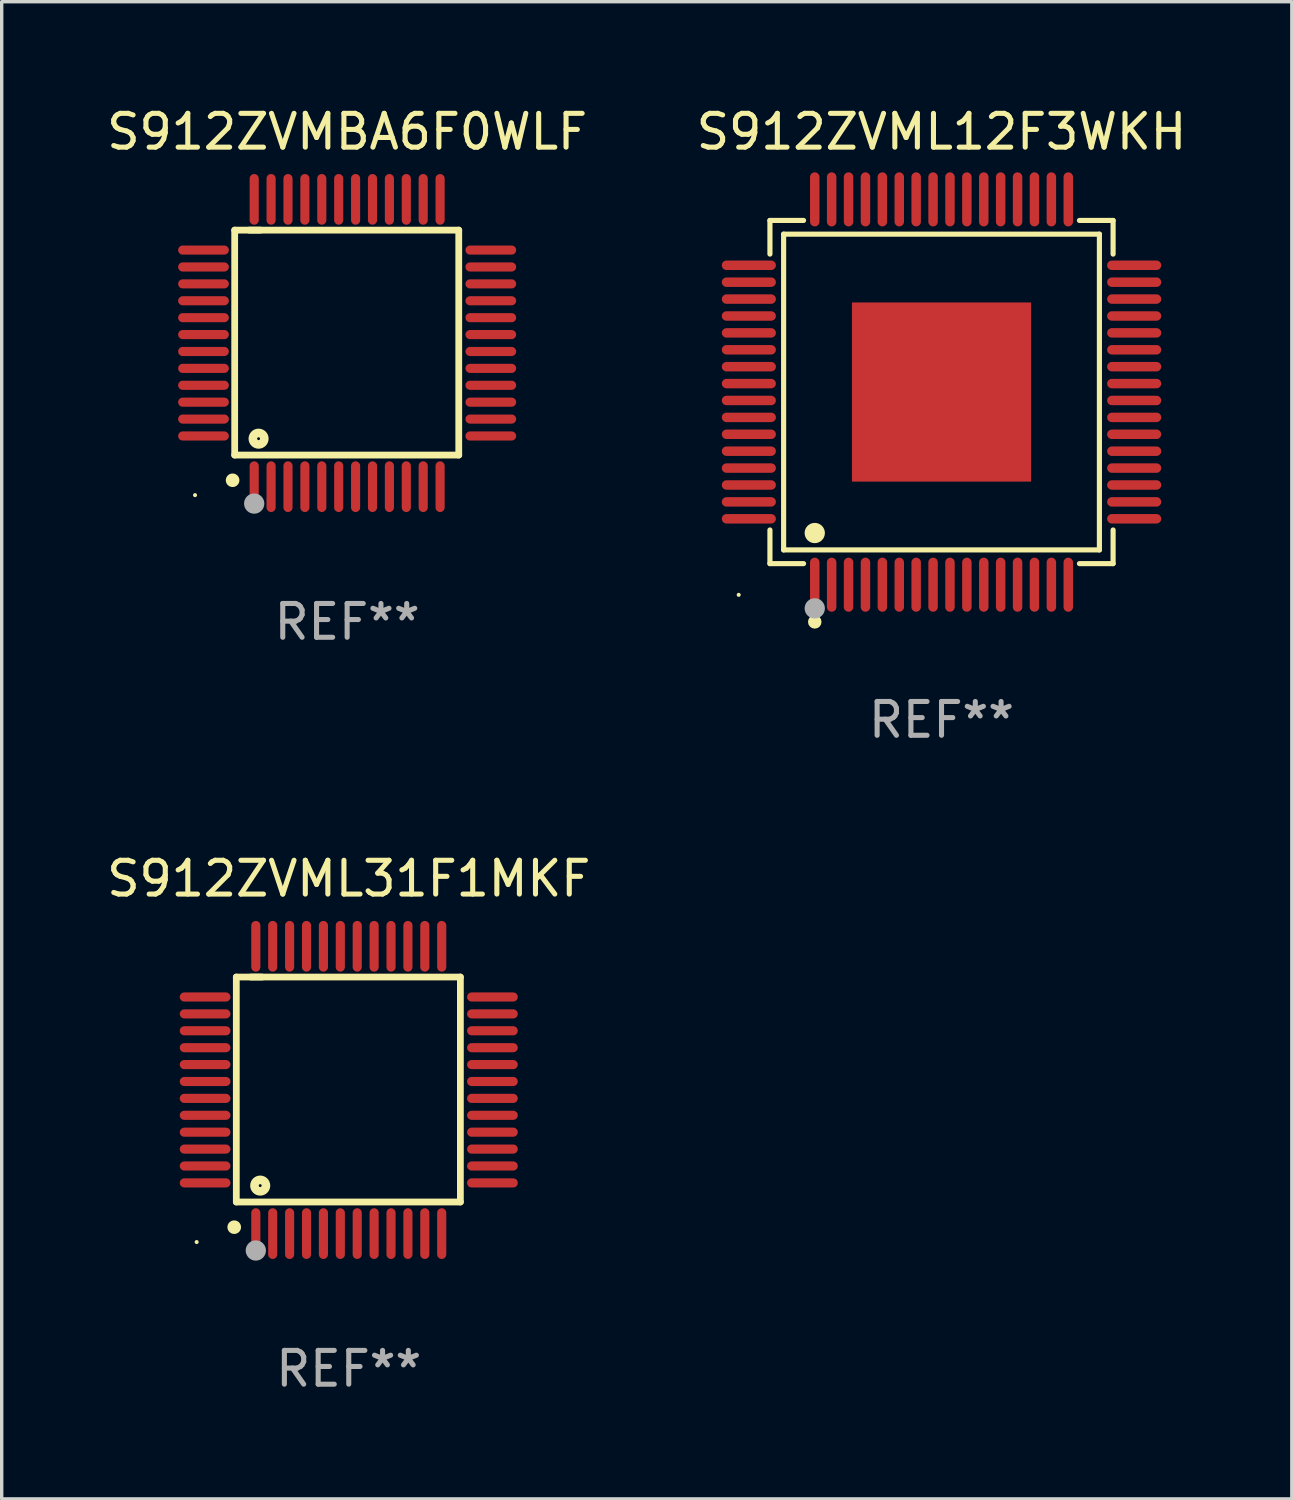
<source format=kicad_pcb>
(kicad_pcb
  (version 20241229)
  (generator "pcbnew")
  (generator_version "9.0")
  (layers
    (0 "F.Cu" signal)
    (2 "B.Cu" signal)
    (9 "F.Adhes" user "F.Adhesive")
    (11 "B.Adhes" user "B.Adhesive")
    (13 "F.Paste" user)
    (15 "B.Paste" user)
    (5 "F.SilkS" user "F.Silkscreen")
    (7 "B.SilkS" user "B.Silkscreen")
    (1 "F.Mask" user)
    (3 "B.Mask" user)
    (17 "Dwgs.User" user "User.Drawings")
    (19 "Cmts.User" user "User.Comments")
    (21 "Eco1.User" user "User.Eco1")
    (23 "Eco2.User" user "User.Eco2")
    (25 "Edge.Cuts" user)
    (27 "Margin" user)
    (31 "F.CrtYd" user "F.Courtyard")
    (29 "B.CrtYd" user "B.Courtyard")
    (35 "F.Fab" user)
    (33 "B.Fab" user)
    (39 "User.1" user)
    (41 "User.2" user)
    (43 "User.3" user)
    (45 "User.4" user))
  (footprint "S912ZVML12F3WKH"
    (layer "F.Cu")
    (at 24.804 8.548)
    (property "Reference" "S912ZVML12F3WKH" (at 0 -7.7 0) (layer "F.SilkS") (effects (font (size 1 1) (thickness 0.15))))
    (attr through_hole)
    (fp_line (start -5.076 -5.076) (end -4.081 -5.076) (stroke (width 0.152) (type solid)) (layer "F.SilkS"))
    (fp_line (start -5.076 -4.081) (end -5.076 -5.076) (stroke (width 0.152) (type solid)) (layer "F.SilkS"))
    (fp_line (start -5.076 4.081) (end -5.076 5.076) (stroke (width 0.152) (type solid)) (layer "F.SilkS"))
    (fp_line (start -5.076 5.076) (end -4.081 5.076) (stroke (width 0.152) (type solid)) (layer "F.SilkS"))
    (fp_line (start -4.671 -4.671) (end 4.671 -4.671) (stroke (width 0.152) (type solid)) (layer "F.SilkS"))
    (fp_line (start -4.671 4.671) (end -4.671 -4.671) (stroke (width 0.152) (type solid)) (layer "F.SilkS"))
    (fp_line (start 4.671 -4.671) (end 4.671 4.671) (stroke (width 0.152) (type solid)) (layer "F.SilkS"))
    (fp_line (start 4.671 4.671) (end -4.671 4.671) (stroke (width 0.152) (type solid)) (layer "F.SilkS"))
    (fp_line (start 5.076 -5.076) (end 4.081 -5.076) (stroke (width 0.152) (type solid)) (layer "F.SilkS"))
    (fp_line (start 5.076 -4.081) (end 5.076 -5.076) (stroke (width 0.152) (type solid)) (layer "F.SilkS"))
    (fp_line (start 5.076 4.081) (end 5.076 5.076) (stroke (width 0.152) (type solid)) (layer "F.SilkS"))
    (fp_line (start 5.076 5.076) (end 4.081 5.076) (stroke (width 0.152) (type solid)) (layer "F.SilkS"))
    (fp_circle (center -6 6) (end -5.97 6) (stroke (width 0.06) (type solid)) (fill no) (layer "F.SilkS"))
    (fp_circle (center -3.75 4.171) (end -3.6 4.171) (stroke (width 0.3) (type solid)) (fill no) (layer "F.SilkS"))
    (fp_circle (center -3.75 6.8) (end -3.65 6.8) (stroke (width 0.2) (type solid)) (fill no) (layer "F.SilkS"))
    (fp_circle (center -3.75 6.4) (end -3.6 6.4) (stroke (width 0.3) (type solid)) (fill no) (layer "F.Fab"))
    (fp_text user "REF**" (at 0 9.7 0) (layer "F.Fab") (effects (font (size 1 1) (thickness 0.15))))
    (pad "1" smd oval (at -3.75 5.7) (size 0.28 1.6) (layers "F.Cu" "F.Mask" "F.Paste"))
    (pad "2" smd oval (at -3.25 5.7) (size 0.28 1.6) (layers "F.Cu" "F.Mask" "F.Paste"))
    (pad "3" smd oval (at -2.75 5.7) (size 0.28 1.6) (layers "F.Cu" "F.Mask" "F.Paste"))
    (pad "4" smd oval (at -2.25 5.7) (size 0.28 1.6) (layers "F.Cu" "F.Mask" "F.Paste"))
    (pad "5" smd oval (at -1.75 5.7) (size 0.28 1.6) (layers "F.Cu" "F.Mask" "F.Paste"))
    (pad "6" smd oval (at -1.25 5.7) (size 0.28 1.6) (layers "F.Cu" "F.Mask" "F.Paste"))
    (pad "7" smd oval (at -0.75 5.7) (size 0.28 1.6) (layers "F.Cu" "F.Mask" "F.Paste"))
    (pad "8" smd oval (at -0.25 5.7) (size 0.28 1.6) (layers "F.Cu" "F.Mask" "F.Paste"))
    (pad "9" smd oval (at 0.25 5.7) (size 0.28 1.6) (layers "F.Cu" "F.Mask" "F.Paste"))
    (pad "10" smd oval (at 0.75 5.7) (size 0.28 1.6) (layers "F.Cu" "F.Mask" "F.Paste"))
    (pad "11" smd oval (at 1.25 5.7) (size 0.28 1.6) (layers "F.Cu" "F.Mask" "F.Paste"))
    (pad "12" smd oval (at 1.75 5.7) (size 0.28 1.6) (layers "F.Cu" "F.Mask" "F.Paste"))
    (pad "13" smd oval (at 2.25 5.7) (size 0.28 1.6) (layers "F.Cu" "F.Mask" "F.Paste"))
    (pad "14" smd oval (at 2.75 5.7) (size 0.28 1.6) (layers "F.Cu" "F.Mask" "F.Paste"))
    (pad "15" smd oval (at 3.25 5.7) (size 0.28 1.6) (layers "F.Cu" "F.Mask" "F.Paste"))
    (pad "16" smd oval (at 3.75 5.7) (size 0.28 1.6) (layers "F.Cu" "F.Mask" "F.Paste"))
    (pad "17" smd oval (at 5.7 3.75) (size 1.6 0.28) (layers "F.Cu" "F.Mask" "F.Paste"))
    (pad "18" smd oval (at 5.7 3.25) (size 1.6 0.28) (layers "F.Cu" "F.Mask" "F.Paste"))
    (pad "19" smd oval (at 5.7 2.75) (size 1.6 0.28) (layers "F.Cu" "F.Mask" "F.Paste"))
    (pad "20" smd oval (at 5.7 2.25) (size 1.6 0.28) (layers "F.Cu" "F.Mask" "F.Paste"))
    (pad "21" smd oval (at 5.7 1.75) (size 1.6 0.28) (layers "F.Cu" "F.Mask" "F.Paste"))
    (pad "22" smd oval (at 5.7 1.25) (size 1.6 0.28) (layers "F.Cu" "F.Mask" "F.Paste"))
    (pad "23" smd oval (at 5.7 0.75) (size 1.6 0.28) (layers "F.Cu" "F.Mask" "F.Paste"))
    (pad "24" smd oval (at 5.7 0.25) (size 1.6 0.28) (layers "F.Cu" "F.Mask" "F.Paste"))
    (pad "25" smd oval (at 5.7 -0.25) (size 1.6 0.28) (layers "F.Cu" "F.Mask" "F.Paste"))
    (pad "26" smd oval (at 5.7 -0.75) (size 1.6 0.28) (layers "F.Cu" "F.Mask" "F.Paste"))
    (pad "27" smd oval (at 5.7 -1.25) (size 1.6 0.28) (layers "F.Cu" "F.Mask" "F.Paste"))
    (pad "28" smd oval (at 5.7 -1.75) (size 1.6 0.28) (layers "F.Cu" "F.Mask" "F.Paste"))
    (pad "29" smd oval (at 5.7 -2.25) (size 1.6 0.28) (layers "F.Cu" "F.Mask" "F.Paste"))
    (pad "30" smd oval (at 5.7 -2.75) (size 1.6 0.28) (layers "F.Cu" "F.Mask" "F.Paste"))
    (pad "31" smd oval (at 5.7 -3.25) (size 1.6 0.28) (layers "F.Cu" "F.Mask" "F.Paste"))
    (pad "32" smd oval (at 5.7 -3.75) (size 1.6 0.28) (layers "F.Cu" "F.Mask" "F.Paste"))
    (pad "33" smd oval (at 3.75 -5.7) (size 0.28 1.6) (layers "F.Cu" "F.Mask" "F.Paste"))
    (pad "34" smd oval (at 3.25 -5.7) (size 0.28 1.6) (layers "F.Cu" "F.Mask" "F.Paste"))
    (pad "35" smd oval (at 2.75 -5.7) (size 0.28 1.6) (layers "F.Cu" "F.Mask" "F.Paste"))
    (pad "36" smd oval (at 2.25 -5.7) (size 0.28 1.6) (layers "F.Cu" "F.Mask" "F.Paste"))
    (pad "37" smd oval (at 1.75 -5.7) (size 0.28 1.6) (layers "F.Cu" "F.Mask" "F.Paste"))
    (pad "38" smd oval (at 1.25 -5.7) (size 0.28 1.6) (layers "F.Cu" "F.Mask" "F.Paste"))
    (pad "39" smd oval (at 0.75 -5.7) (size 0.28 1.6) (layers "F.Cu" "F.Mask" "F.Paste"))
    (pad "40" smd oval (at 0.25 -5.7) (size 0.28 1.6) (layers "F.Cu" "F.Mask" "F.Paste"))
    (pad "41" smd oval (at -0.25 -5.7) (size 0.28 1.6) (layers "F.Cu" "F.Mask" "F.Paste"))
    (pad "42" smd oval (at -0.75 -5.7) (size 0.28 1.6) (layers "F.Cu" "F.Mask" "F.Paste"))
    (pad "43" smd oval (at -1.25 -5.7) (size 0.28 1.6) (layers "F.Cu" "F.Mask" "F.Paste"))
    (pad "44" smd oval (at -1.75 -5.7) (size 0.28 1.6) (layers "F.Cu" "F.Mask" "F.Paste"))
    (pad "45" smd oval (at -2.25 -5.7) (size 0.28 1.6) (layers "F.Cu" "F.Mask" "F.Paste"))
    (pad "46" smd oval (at -2.75 -5.7) (size 0.28 1.6) (layers "F.Cu" "F.Mask" "F.Paste"))
    (pad "47" smd oval (at -3.25 -5.7) (size 0.28 1.6) (layers "F.Cu" "F.Mask" "F.Paste"))
    (pad "48" smd oval (at -3.75 -5.7) (size 0.28 1.6) (layers "F.Cu" "F.Mask" "F.Paste"))
    (pad "49" smd oval (at -5.7 -3.75) (size 1.6 0.28) (layers "F.Cu" "F.Mask" "F.Paste"))
    (pad "50" smd oval (at -5.7 -3.25) (size 1.6 0.28) (layers "F.Cu" "F.Mask" "F.Paste"))
    (pad "51" smd oval (at -5.7 -2.75) (size 1.6 0.28) (layers "F.Cu" "F.Mask" "F.Paste"))
    (pad "52" smd oval (at -5.7 -2.25) (size 1.6 0.28) (layers "F.Cu" "F.Mask" "F.Paste"))
    (pad "53" smd oval (at -5.7 -1.75) (size 1.6 0.28) (layers "F.Cu" "F.Mask" "F.Paste"))
    (pad "54" smd oval (at -5.7 -1.25) (size 1.6 0.28) (layers "F.Cu" "F.Mask" "F.Paste"))
    (pad "55" smd oval (at -5.7 -0.75) (size 1.6 0.28) (layers "F.Cu" "F.Mask" "F.Paste"))
    (pad "56" smd oval (at -5.7 -0.25) (size 1.6 0.28) (layers "F.Cu" "F.Mask" "F.Paste"))
    (pad "57" smd oval (at -5.7 0.25) (size 1.6 0.28) (layers "F.Cu" "F.Mask" "F.Paste"))
    (pad "58" smd oval (at -5.7 0.75) (size 1.6 0.28) (layers "F.Cu" "F.Mask" "F.Paste"))
    (pad "59" smd oval (at -5.7 1.25) (size 1.6 0.28) (layers "F.Cu" "F.Mask" "F.Paste"))
    (pad "60" smd oval (at -5.7 1.75) (size 1.6 0.28) (layers "F.Cu" "F.Mask" "F.Paste"))
    (pad "61" smd oval (at -5.7 2.25) (size 1.6 0.28) (layers "F.Cu" "F.Mask" "F.Paste"))
    (pad "62" smd oval (at -5.7 2.75) (size 1.6 0.28) (layers "F.Cu" "F.Mask" "F.Paste"))
    (pad "63" smd oval (at -5.7 3.25) (size 1.6 0.28) (layers "F.Cu" "F.Mask" "F.Paste"))
    (pad "64" smd oval (at -5.7 3.75) (size 1.6 0.28) (layers "F.Cu" "F.Mask" "F.Paste"))
    (pad "65" smd rect (at 0 0) (size 5.3 5.3) (layers "F.Cu" "F.Mask" "F.Paste")))
  (footprint "S912ZVML31F1MKF"
    (layer "F.Cu")
    (at 7.268 29.195)
    (property "Reference" "S912ZVML31F1MKF" (at 0 -6.25 0) (layer "F.SilkS") (effects (font (size 1 1) (thickness 0.15))))
    (attr through_hole)
    (fp_line (start -3.327 -3.34) (end -2.565 -3.34) (stroke (width 0.2) (type solid)) (layer "F.SilkS"))
    (fp_line (start -3.327 3.315) (end -3.327 -3.34) (stroke (width 0.2) (type solid)) (layer "F.SilkS"))
    (fp_line (start -2.896 -3.34) (end 3.302 -3.34) (stroke (width 0.2) (type solid)) (layer "F.SilkS"))
    (fp_line (start 3.302 -3.34) (end 3.302 3.315) (stroke (width 0.2) (type solid)) (layer "F.SilkS"))
    (fp_line (start 3.302 3.315) (end -3.327 3.315) (stroke (width 0.2) (type solid)) (layer "F.SilkS"))
    (fp_arc (start -3.389992 4.059995) (mid -3.388722 4.059991) (end -3.387452 4.059995) (stroke (width 0.4) (type solid)) (layer "F.SilkS"))
    (fp_circle (center -4.5 4.5) (end -4.47 4.5) (stroke (width 0.06) (type solid)) (fill no) (layer "F.SilkS"))
    (fp_circle (center -2.62 2.83) (end -2.45 2.83) (stroke (width 0.254) (type solid)) (fill no) (layer "F.SilkS"))
    (fp_circle (center -2.75 4.75) (end -2.6 4.75) (stroke (width 0.3) (type solid)) (fill no) (layer "F.Fab"))
    (fp_text user "REF**" (at 0 8.25 0) (layer "F.Fab") (effects (font (size 1 1) (thickness 0.15))))
    (pad "1" smd oval (at -2.75 4.25) (size 0.27 1.5) (layers "F.Cu" "F.Mask" "F.Paste"))
    (pad "2" smd oval (at -2.25 4.25) (size 0.27 1.5) (layers "F.Cu" "F.Mask" "F.Paste"))
    (pad "3" smd oval (at -1.75 4.25) (size 0.27 1.5) (layers "F.Cu" "F.Mask" "F.Paste"))
    (pad "4" smd oval (at -1.25 4.25) (size 0.27 1.5) (layers "F.Cu" "F.Mask" "F.Paste"))
    (pad "5" smd oval (at -0.75 4.25) (size 0.27 1.5) (layers "F.Cu" "F.Mask" "F.Paste"))
    (pad "6" smd oval (at -0.25 4.25) (size 0.27 1.5) (layers "F.Cu" "F.Mask" "F.Paste"))
    (pad "7" smd oval (at 0.25 4.25) (size 0.27 1.5) (layers "F.Cu" "F.Mask" "F.Paste"))
    (pad "8" smd oval (at 0.75 4.25) (size 0.27 1.5) (layers "F.Cu" "F.Mask" "F.Paste"))
    (pad "9" smd oval (at 1.25 4.25) (size 0.27 1.5) (layers "F.Cu" "F.Mask" "F.Paste"))
    (pad "10" smd oval (at 1.75 4.25) (size 0.27 1.5) (layers "F.Cu" "F.Mask" "F.Paste"))
    (pad "11" smd oval (at 2.25 4.25) (size 0.27 1.5) (layers "F.Cu" "F.Mask" "F.Paste"))
    (pad "12" smd oval (at 2.75 4.25) (size 0.27 1.5) (layers "F.Cu" "F.Mask" "F.Paste"))
    (pad "13" smd oval (at 4.25 2.75) (size 1.5 0.27) (layers "F.Cu" "F.Mask" "F.Paste"))
    (pad "14" smd oval (at 4.25 2.25) (size 1.5 0.27) (layers "F.Cu" "F.Mask" "F.Paste"))
    (pad "15" smd oval (at 4.25 1.75) (size 1.5 0.27) (layers "F.Cu" "F.Mask" "F.Paste"))
    (pad "16" smd oval (at 4.25 1.25) (size 1.5 0.27) (layers "F.Cu" "F.Mask" "F.Paste"))
    (pad "17" smd oval (at 4.25 0.75) (size 1.5 0.27) (layers "F.Cu" "F.Mask" "F.Paste"))
    (pad "18" smd oval (at 4.25 0.25) (size 1.5 0.27) (layers "F.Cu" "F.Mask" "F.Paste"))
    (pad "19" smd oval (at 4.25 -0.25) (size 1.5 0.27) (layers "F.Cu" "F.Mask" "F.Paste"))
    (pad "20" smd oval (at 4.25 -0.75) (size 1.5 0.27) (layers "F.Cu" "F.Mask" "F.Paste"))
    (pad "21" smd oval (at 4.25 -1.25) (size 1.5 0.27) (layers "F.Cu" "F.Mask" "F.Paste"))
    (pad "22" smd oval (at 4.25 -1.75) (size 1.5 0.27) (layers "F.Cu" "F.Mask" "F.Paste"))
    (pad "23" smd oval (at 4.25 -2.25) (size 1.5 0.27) (layers "F.Cu" "F.Mask" "F.Paste"))
    (pad "24" smd oval (at 4.25 -2.75) (size 1.5 0.27) (layers "F.Cu" "F.Mask" "F.Paste"))
    (pad "25" smd oval (at 2.75 -4.25) (size 0.27 1.5) (layers "F.Cu" "F.Mask" "F.Paste"))
    (pad "26" smd oval (at 2.25 -4.25) (size 0.27 1.5) (layers "F.Cu" "F.Mask" "F.Paste"))
    (pad "27" smd oval (at 1.75 -4.25) (size 0.27 1.5) (layers "F.Cu" "F.Mask" "F.Paste"))
    (pad "28" smd oval (at 1.25 -4.25) (size 0.27 1.5) (layers "F.Cu" "F.Mask" "F.Paste"))
    (pad "29" smd oval (at 0.75 -4.25) (size 0.27 1.5) (layers "F.Cu" "F.Mask" "F.Paste"))
    (pad "30" smd oval (at 0.25 -4.25) (size 0.27 1.5) (layers "F.Cu" "F.Mask" "F.Paste"))
    (pad "31" smd oval (at -0.25 -4.25) (size 0.27 1.5) (layers "F.Cu" "F.Mask" "F.Paste"))
    (pad "32" smd oval (at -0.75 -4.25) (size 0.27 1.5) (layers "F.Cu" "F.Mask" "F.Paste"))
    (pad "33" smd oval (at -1.25 -4.25) (size 0.27 1.5) (layers "F.Cu" "F.Mask" "F.Paste"))
    (pad "34" smd oval (at -1.75 -4.25) (size 0.27 1.5) (layers "F.Cu" "F.Mask" "F.Paste"))
    (pad "35" smd oval (at -2.25 -4.25) (size 0.27 1.5) (layers "F.Cu" "F.Mask" "F.Paste"))
    (pad "36" smd oval (at -2.75 -4.25) (size 0.27 1.5) (layers "F.Cu" "F.Mask" "F.Paste"))
    (pad "37" smd oval (at -4.25 -2.75) (size 1.5 0.27) (layers "F.Cu" "F.Mask" "F.Paste"))
    (pad "38" smd oval (at -4.25 -2.25) (size 1.5 0.27) (layers "F.Cu" "F.Mask" "F.Paste"))
    (pad "39" smd oval (at -4.25 -1.75) (size 1.5 0.27) (layers "F.Cu" "F.Mask" "F.Paste"))
    (pad "40" smd oval (at -4.25 -1.25) (size 1.5 0.27) (layers "F.Cu" "F.Mask" "F.Paste"))
    (pad "41" smd oval (at -4.25 -0.75) (size 1.5 0.27) (layers "F.Cu" "F.Mask" "F.Paste"))
    (pad "42" smd oval (at -4.25 -0.25) (size 1.5 0.27) (layers "F.Cu" "F.Mask" "F.Paste"))
    (pad "43" smd oval (at -4.25 0.25) (size 1.5 0.27) (layers "F.Cu" "F.Mask" "F.Paste"))
    (pad "44" smd oval (at -4.25 0.75) (size 1.5 0.27) (layers "F.Cu" "F.Mask" "F.Paste"))
    (pad "45" smd oval (at -4.25 1.25) (size 1.5 0.27) (layers "F.Cu" "F.Mask" "F.Paste"))
    (pad "46" smd oval (at -4.25 1.75) (size 1.5 0.27) (layers "F.Cu" "F.Mask" "F.Paste"))
    (pad "47" smd oval (at -4.25 2.25) (size 1.5 0.27) (layers "F.Cu" "F.Mask" "F.Paste"))
    (pad "48" smd oval (at -4.25 2.75) (size 1.5 0.27) (layers "F.Cu" "F.Mask" "F.Paste")))
  (footprint "S912ZVMBA6F0WLF"
    (layer "F.Cu")
    (at 7.22 7.098)
    (property "Reference" "S912ZVMBA6F0WLF" (at 0 -6.25 0) (layer "F.SilkS") (effects (font (size 1 1) (thickness 0.15))))
    (attr through_hole)
    (fp_line (start -3.327 -3.34) (end -2.565 -3.34) (stroke (width 0.2) (type solid)) (layer "F.SilkS"))
    (fp_line (start -3.327 3.315) (end -3.327 -3.34) (stroke (width 0.2) (type solid)) (layer "F.SilkS"))
    (fp_line (start -2.896 -3.34) (end 3.302 -3.34) (stroke (width 0.2) (type solid)) (layer "F.SilkS"))
    (fp_line (start 3.302 -3.34) (end 3.302 3.315) (stroke (width 0.2) (type solid)) (layer "F.SilkS"))
    (fp_line (start 3.302 3.315) (end -3.327 3.315) (stroke (width 0.2) (type solid)) (layer "F.SilkS"))
    (fp_arc (start -3.389992 4.059995) (mid -3.388722 4.059991) (end -3.387452 4.059995) (stroke (width 0.4) (type solid)) (layer "F.SilkS"))
    (fp_circle (center -4.5 4.5) (end -4.47 4.5) (stroke (width 0.06) (type solid)) (fill no) (layer "F.SilkS"))
    (fp_circle (center -2.62 2.83) (end -2.45 2.83) (stroke (width 0.254) (type solid)) (fill no) (layer "F.SilkS"))
    (fp_circle (center -2.75 4.75) (end -2.6 4.75) (stroke (width 0.3) (type solid)) (fill no) (layer "F.Fab"))
    (fp_text user "REF**" (at 0 8.25 0) (layer "F.Fab") (effects (font (size 1 1) (thickness 0.15))))
    (pad "1" smd oval (at -2.75 4.25) (size 0.27 1.5) (layers "F.Cu" "F.Mask" "F.Paste"))
    (pad "2" smd oval (at -2.25 4.25) (size 0.27 1.5) (layers "F.Cu" "F.Mask" "F.Paste"))
    (pad "3" smd oval (at -1.75 4.25) (size 0.27 1.5) (layers "F.Cu" "F.Mask" "F.Paste"))
    (pad "4" smd oval (at -1.25 4.25) (size 0.27 1.5) (layers "F.Cu" "F.Mask" "F.Paste"))
    (pad "5" smd oval (at -0.75 4.25) (size 0.27 1.5) (layers "F.Cu" "F.Mask" "F.Paste"))
    (pad "6" smd oval (at -0.25 4.25) (size 0.27 1.5) (layers "F.Cu" "F.Mask" "F.Paste"))
    (pad "7" smd oval (at 0.25 4.25) (size 0.27 1.5) (layers "F.Cu" "F.Mask" "F.Paste"))
    (pad "8" smd oval (at 0.75 4.25) (size 0.27 1.5) (layers "F.Cu" "F.Mask" "F.Paste"))
    (pad "9" smd oval (at 1.25 4.25) (size 0.27 1.5) (layers "F.Cu" "F.Mask" "F.Paste"))
    (pad "10" smd oval (at 1.75 4.25) (size 0.27 1.5) (layers "F.Cu" "F.Mask" "F.Paste"))
    (pad "11" smd oval (at 2.25 4.25) (size 0.27 1.5) (layers "F.Cu" "F.Mask" "F.Paste"))
    (pad "12" smd oval (at 2.75 4.25) (size 0.27 1.5) (layers "F.Cu" "F.Mask" "F.Paste"))
    (pad "13" smd oval (at 4.25 2.75) (size 1.5 0.27) (layers "F.Cu" "F.Mask" "F.Paste"))
    (pad "14" smd oval (at 4.25 2.25) (size 1.5 0.27) (layers "F.Cu" "F.Mask" "F.Paste"))
    (pad "15" smd oval (at 4.25 1.75) (size 1.5 0.27) (layers "F.Cu" "F.Mask" "F.Paste"))
    (pad "16" smd oval (at 4.25 1.25) (size 1.5 0.27) (layers "F.Cu" "F.Mask" "F.Paste"))
    (pad "17" smd oval (at 4.25 0.75) (size 1.5 0.27) (layers "F.Cu" "F.Mask" "F.Paste"))
    (pad "18" smd oval (at 4.25 0.25) (size 1.5 0.27) (layers "F.Cu" "F.Mask" "F.Paste"))
    (pad "19" smd oval (at 4.25 -0.25) (size 1.5 0.27) (layers "F.Cu" "F.Mask" "F.Paste"))
    (pad "20" smd oval (at 4.25 -0.75) (size 1.5 0.27) (layers "F.Cu" "F.Mask" "F.Paste"))
    (pad "21" smd oval (at 4.25 -1.25) (size 1.5 0.27) (layers "F.Cu" "F.Mask" "F.Paste"))
    (pad "22" smd oval (at 4.25 -1.75) (size 1.5 0.27) (layers "F.Cu" "F.Mask" "F.Paste"))
    (pad "23" smd oval (at 4.25 -2.25) (size 1.5 0.27) (layers "F.Cu" "F.Mask" "F.Paste"))
    (pad "24" smd oval (at 4.25 -2.75) (size 1.5 0.27) (layers "F.Cu" "F.Mask" "F.Paste"))
    (pad "25" smd oval (at 2.75 -4.25) (size 0.27 1.5) (layers "F.Cu" "F.Mask" "F.Paste"))
    (pad "26" smd oval (at 2.25 -4.25) (size 0.27 1.5) (layers "F.Cu" "F.Mask" "F.Paste"))
    (pad "27" smd oval (at 1.75 -4.25) (size 0.27 1.5) (layers "F.Cu" "F.Mask" "F.Paste"))
    (pad "28" smd oval (at 1.25 -4.25) (size 0.27 1.5) (layers "F.Cu" "F.Mask" "F.Paste"))
    (pad "29" smd oval (at 0.75 -4.25) (size 0.27 1.5) (layers "F.Cu" "F.Mask" "F.Paste"))
    (pad "30" smd oval (at 0.25 -4.25) (size 0.27 1.5) (layers "F.Cu" "F.Mask" "F.Paste"))
    (pad "31" smd oval (at -0.25 -4.25) (size 0.27 1.5) (layers "F.Cu" "F.Mask" "F.Paste"))
    (pad "32" smd oval (at -0.75 -4.25) (size 0.27 1.5) (layers "F.Cu" "F.Mask" "F.Paste"))
    (pad "33" smd oval (at -1.25 -4.25) (size 0.27 1.5) (layers "F.Cu" "F.Mask" "F.Paste"))
    (pad "34" smd oval (at -1.75 -4.25) (size 0.27 1.5) (layers "F.Cu" "F.Mask" "F.Paste"))
    (pad "35" smd oval (at -2.25 -4.25) (size 0.27 1.5) (layers "F.Cu" "F.Mask" "F.Paste"))
    (pad "36" smd oval (at -2.75 -4.25) (size 0.27 1.5) (layers "F.Cu" "F.Mask" "F.Paste"))
    (pad "37" smd oval (at -4.25 -2.75) (size 1.5 0.27) (layers "F.Cu" "F.Mask" "F.Paste"))
    (pad "38" smd oval (at -4.25 -2.25) (size 1.5 0.27) (layers "F.Cu" "F.Mask" "F.Paste"))
    (pad "39" smd oval (at -4.25 -1.75) (size 1.5 0.27) (layers "F.Cu" "F.Mask" "F.Paste"))
    (pad "40" smd oval (at -4.25 -1.25) (size 1.5 0.27) (layers "F.Cu" "F.Mask" "F.Paste"))
    (pad "41" smd oval (at -4.25 -0.75) (size 1.5 0.27) (layers "F.Cu" "F.Mask" "F.Paste"))
    (pad "42" smd oval (at -4.25 -0.25) (size 1.5 0.27) (layers "F.Cu" "F.Mask" "F.Paste"))
    (pad "43" smd oval (at -4.25 0.25) (size 1.5 0.27) (layers "F.Cu" "F.Mask" "F.Paste"))
    (pad "44" smd oval (at -4.25 0.75) (size 1.5 0.27) (layers "F.Cu" "F.Mask" "F.Paste"))
    (pad "45" smd oval (at -4.25 1.25) (size 1.5 0.27) (layers "F.Cu" "F.Mask" "F.Paste"))
    (pad "46" smd oval (at -4.25 1.75) (size 1.5 0.27) (layers "F.Cu" "F.Mask" "F.Paste"))
    (pad "47" smd oval (at -4.25 2.25) (size 1.5 0.27) (layers "F.Cu" "F.Mask" "F.Paste"))
    (pad "48" smd oval (at -4.25 2.75) (size 1.5 0.27) (layers "F.Cu" "F.Mask" "F.Paste")))
  (gr_rect
    (start -3 -3)
    (end 35.167 41.293)
    (stroke (width 0.1) (type default))
    (fill no)
    (layer "Edge.Cuts")))
</source>
